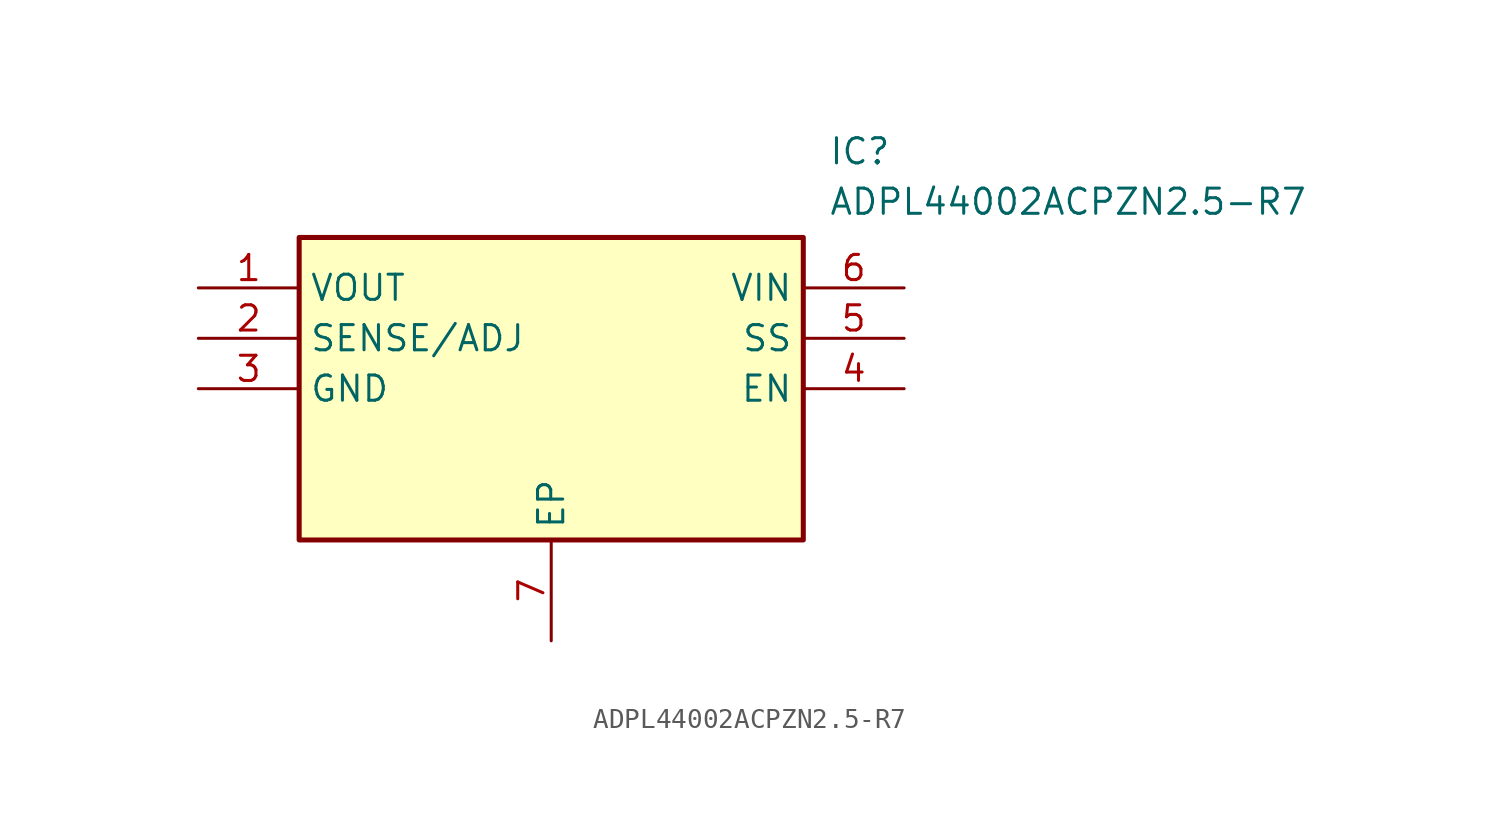
<source format=kicad_sym>
(kicad_symbol_lib
  (version 20211014)
  (generator SamacSys_ECAD_Model)
  (symbol "ADPL44002ACPZN2.5-R7"
    (property "Reference" "IC"
      (at 31.75 7.62 0)
      (effects (font (size 1.27 1.27)) (justify left top)))
    (property "Value" "ADPL44002ACPZN2.5-R7"
      (at 31.75 5.08 0)
      (effects (font (size 1.27 1.27)) (justify left top)))
    (rectangle
      (start 5.08 2.54)
      (end 30.48 -12.7)
      (stroke (width 0.254) (type default))
      (fill (type background)))
    (pin passive line
      (at 0 0 0)
      (length 5.08)
      (name "VOUT" (effects (font (size 1.27 1.27))))
      (number "1" (effects (font (size 1.27 1.27)))))
    (pin passive line
      (at 0 -2.54 0)
      (length 5.08)
      (name "SENSE/ADJ" (effects (font (size 1.27 1.27))))
      (number "2" (effects (font (size 1.27 1.27)))))
    (pin passive line
      (at 0 -5.08 0)
      (length 5.08)
      (name "GND" (effects (font (size 1.27 1.27))))
      (number "3" (effects (font (size 1.27 1.27)))))
    (pin passive line
      (at 17.78 -17.78 90)
      (length 5.08)
      (name "EP" (effects (font (size 1.27 1.27))))
      (number "7" (effects (font (size 1.27 1.27)))))
    (pin passive line
      (at 35.56 0 180)
      (length 5.08)
      (name "VIN" (effects (font (size 1.27 1.27))))
      (number "6" (effects (font (size 1.27 1.27)))))
    (pin passive line
      (at 35.56 -2.54 180)
      (length 5.08)
      (name "SS" (effects (font (size 1.27 1.27))))
      (number "5" (effects (font (size 1.27 1.27)))))
    (pin passive line
      (at 35.56 -5.08 180)
      (length 5.08)
      (name "EN" (effects (font (size 1.27 1.27))))
      (number "4" (effects (font (size 1.27 1.27)))))))
</source>
